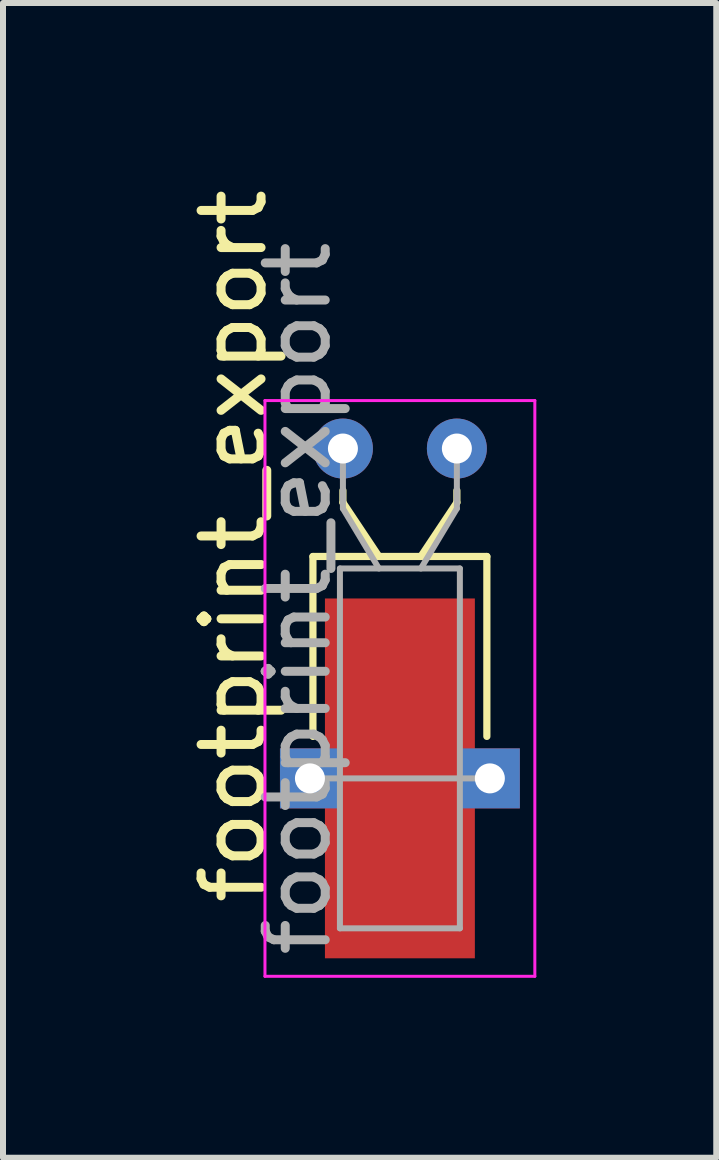
<source format=kicad_pcb>
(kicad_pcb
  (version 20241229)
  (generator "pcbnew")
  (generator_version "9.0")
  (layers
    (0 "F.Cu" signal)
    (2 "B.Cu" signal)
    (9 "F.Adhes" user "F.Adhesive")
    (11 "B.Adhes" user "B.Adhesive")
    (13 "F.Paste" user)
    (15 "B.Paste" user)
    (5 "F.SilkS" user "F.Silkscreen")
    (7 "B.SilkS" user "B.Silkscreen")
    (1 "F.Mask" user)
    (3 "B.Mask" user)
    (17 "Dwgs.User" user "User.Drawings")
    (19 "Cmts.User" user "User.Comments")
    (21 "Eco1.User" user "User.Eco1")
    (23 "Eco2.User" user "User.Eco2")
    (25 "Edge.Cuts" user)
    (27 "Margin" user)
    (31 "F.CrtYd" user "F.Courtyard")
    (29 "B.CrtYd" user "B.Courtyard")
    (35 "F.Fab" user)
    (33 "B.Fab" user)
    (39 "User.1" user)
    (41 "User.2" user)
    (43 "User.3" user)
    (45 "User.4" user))
  (footprint "footprint_export"
    (layer "F.Cu")
    (at 2.668 4.429)
    (property "Reference" "footprint_export" (at -1.82 1.625 90) (layer "F.SilkS") (effects (font (size 1 1) (thickness 0.15))))
    (attr through_hole)
    (fp_line (start -0.5 1.8) (end 2.4 1.8) (stroke (width 0.12) (type solid)) (layer "F.SilkS"))
    (fp_line (start -0.5 4.8) (end -0.5 1.8) (stroke (width 0.12) (type solid)) (layer "F.SilkS"))
    (fp_line (start 0 0.9) (end 0 0.7) (stroke (width 0.12) (type solid)) (layer "F.SilkS"))
    (fp_line (start 0.6 1.8) (end 0 0.9) (stroke (width 0.12) (type solid)) (layer "F.SilkS"))
    (fp_line (start 1.3 1.8) (end 1.9 0.9) (stroke (width 0.12) (type solid)) (layer "F.SilkS"))
    (fp_line (start 1.9 0.9) (end 1.9 0.7) (stroke (width 0.12) (type solid)) (layer "F.SilkS"))
    (fp_line (start 2.4 1.8) (end 2.4 4.8) (stroke (width 0.12) (type solid)) (layer "F.SilkS"))
    (fp_line (start -1.3 -0.8) (end -1.3 8.8) (stroke (width 0.05) (type solid)) (layer "F.CrtYd"))
    (fp_line (start -1.3 8.8) (end 3.2 8.8) (stroke (width 0.05) (type solid)) (layer "F.CrtYd"))
    (fp_line (start 3.2 -0.8) (end -1.3 -0.8) (stroke (width 0.05) (type solid)) (layer "F.CrtYd"))
    (fp_line (start 3.2 8.8) (end 3.2 -0.8) (stroke (width 0.05) (type solid)) (layer "F.CrtYd"))
    (fp_line (start -0.55 5.5) (end 2.45 5.5) (stroke (width 0.1) (type solid)) (layer "F.Fab"))
    (fp_line (start -0.05 2) (end -0.05 8) (stroke (width 0.1) (type solid)) (layer "F.Fab"))
    (fp_line (start -0.05 8) (end 1.95 8) (stroke (width 0.1) (type solid)) (layer "F.Fab"))
    (fp_line (start 0 1) (end 0 0) (stroke (width 0.1) (type solid)) (layer "F.Fab"))
    (fp_line (start 0.6 2) (end 0 1) (stroke (width 0.1) (type solid)) (layer "F.Fab"))
    (fp_line (start 1.3 2) (end 1.9 1) (stroke (width 0.1) (type solid)) (layer "F.Fab"))
    (fp_line (start 1.9 1) (end 1.9 0) (stroke (width 0.1) (type solid)) (layer "F.Fab"))
    (fp_line (start 1.95 2) (end -0.05 2) (stroke (width 0.1) (type solid)) (layer "F.Fab"))
    (fp_line (start 1.95 8) (end 1.95 2) (stroke (width 0.1) (type solid)) (layer "F.Fab"))
    (fp_text user "${REFERENCE}" (at -0.75 2.5 90) (layer "F.Fab") (effects (font (size 1 1) (thickness 0.15))))
    (pad "1" thru_hole circle (at 0 0) (size 1 1) (drill 0.5) (layers "*.Cu" "*.Mask"))
    (pad "2" thru_hole circle (at 1.9 0) (size 1 1) (drill 0.5) (layers "*.Cu" "*.Mask"))
    (pad "3" thru_hole rect (at -0.55 5.5) (size 1 1) (drill 0.5) (layers "*.Cu" "*.Mask"))
    (pad "3" smd rect (at 0.95 5.5) (size 2.5 6) (layers "F.Cu" "F.Mask" "F.Paste"))
    (pad "3" thru_hole rect (at 2.45 5.5) (size 1 1) (drill 0.5) (layers "*.Cu" "*.Mask")))
  (gr_rect
    (start -3 -3)
    (end 8.893 16.254)
    (stroke (width 0.1) (type default))
    (fill no)
    (layer "Edge.Cuts")))
</source>
